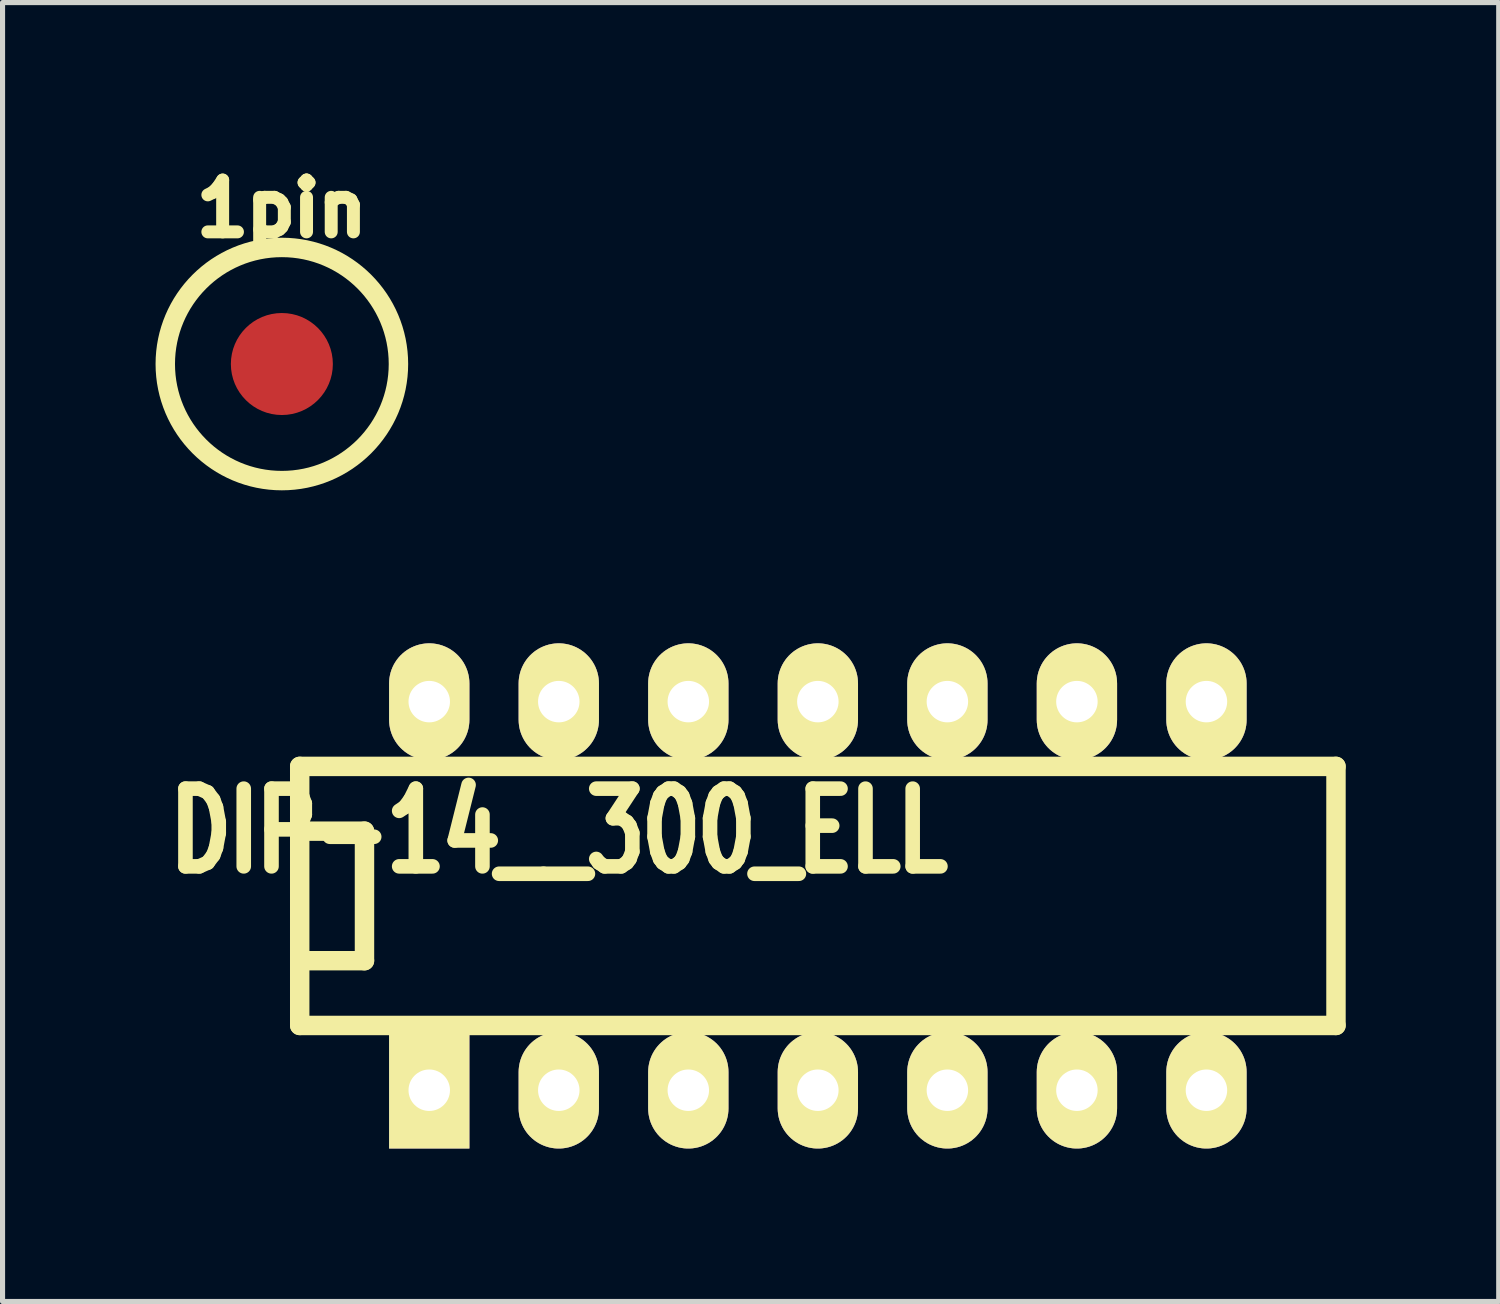
<source format=kicad_pcb>
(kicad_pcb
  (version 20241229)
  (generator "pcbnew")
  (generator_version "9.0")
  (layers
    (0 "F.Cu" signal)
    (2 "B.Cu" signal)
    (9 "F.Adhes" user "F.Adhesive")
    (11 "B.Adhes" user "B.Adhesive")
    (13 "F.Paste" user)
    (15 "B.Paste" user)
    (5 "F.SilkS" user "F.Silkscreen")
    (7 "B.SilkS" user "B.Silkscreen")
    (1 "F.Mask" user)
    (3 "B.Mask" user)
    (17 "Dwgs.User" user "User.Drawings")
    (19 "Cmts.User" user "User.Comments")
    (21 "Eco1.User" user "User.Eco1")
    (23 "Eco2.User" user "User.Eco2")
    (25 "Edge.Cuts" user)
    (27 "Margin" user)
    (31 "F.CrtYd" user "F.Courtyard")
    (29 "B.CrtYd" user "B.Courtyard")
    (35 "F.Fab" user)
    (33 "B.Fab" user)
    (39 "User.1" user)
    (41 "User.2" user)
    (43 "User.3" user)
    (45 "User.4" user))
  (footprint "1pin"
    (layer "F.Cu")
    (at 2.477 4.088)
    (property "Reference" "1pin" (at 0 -3.048 0) (layer "F.SilkS") (effects (font (size 1.016 1.016) (thickness 0.254))))
    (attr through_hole)
    (fp_circle (center 0 0) (end 0 -2.286) (stroke (width 0.381) (type solid)) (fill no) (layer "F.SilkS"))
    (pad "1" smd circle (at 0 0) (size 2 2) (layers "F.Cu" "F.Mask" "F.Paste")))
  (footprint "DIP-14__300_ELL"
    (layer "F.Cu")
    (at 12.987 14.518)
    (property "Reference" "DIP-14__300_ELL" (at -5.08 -1.27 0) (layer "F.SilkS") (effects (font (size 1.524 1.143) (thickness 0.286))))
    (attr through_hole)
    (fp_line (start -10.16 -2.54) (end 10.16 -2.54) (stroke (width 0.381) (type solid)) (layer "F.SilkS"))
    (fp_line (start -10.16 -1.27) (end -8.89 -1.27) (stroke (width 0.381) (type solid)) (layer "F.SilkS"))
    (fp_line (start -10.16 2.54) (end -10.16 -2.54) (stroke (width 0.381) (type solid)) (layer "F.SilkS"))
    (fp_line (start -8.89 -1.27) (end -8.89 1.27) (stroke (width 0.381) (type solid)) (layer "F.SilkS"))
    (fp_line (start -8.89 1.27) (end -10.16 1.27) (stroke (width 0.381) (type solid)) (layer "F.SilkS"))
    (fp_line (start 10.16 -2.54) (end 10.16 2.54) (stroke (width 0.381) (type solid)) (layer "F.SilkS"))
    (fp_line (start 10.16 2.54) (end -10.16 2.54) (stroke (width 0.381) (type solid)) (layer "F.SilkS"))
    (pad "1" thru_hole rect (at -7.62 3.81) (size 1.575 2.286) (drill 0.813) (layers "*.Cu" "*.Mask" "F.SilkS"))
    (pad "2" thru_hole oval (at -5.08 3.81) (size 1.575 2.286) (drill 0.813) (layers "*.Cu" "*.Mask" "F.SilkS"))
    (pad "3" thru_hole oval (at -2.54 3.81) (size 1.575 2.286) (drill 0.813) (layers "*.Cu" "*.Mask" "F.SilkS"))
    (pad "4" thru_hole oval (at 0 3.81) (size 1.575 2.286) (drill 0.813) (layers "*.Cu" "*.Mask" "F.SilkS"))
    (pad "5" thru_hole oval (at 2.54 3.81) (size 1.575 2.286) (drill 0.813) (layers "*.Cu" "*.Mask" "F.SilkS"))
    (pad "6" thru_hole oval (at 5.08 3.81) (size 1.575 2.286) (drill 0.813) (layers "*.Cu" "*.Mask" "F.SilkS"))
    (pad "7" thru_hole oval (at 7.62 3.81) (size 1.575 2.286) (drill 0.813) (layers "*.Cu" "*.Mask" "F.SilkS"))
    (pad "8" thru_hole oval (at 7.62 -3.81) (size 1.575 2.286) (drill 0.813) (layers "*.Cu" "*.Mask" "F.SilkS"))
    (pad "9" thru_hole oval (at 5.08 -3.81) (size 1.575 2.286) (drill 0.813) (layers "*.Cu" "*.Mask" "F.SilkS"))
    (pad "10" thru_hole oval (at 2.54 -3.81) (size 1.575 2.286) (drill 0.813) (layers "*.Cu" "*.Mask" "F.SilkS"))
    (pad "11" thru_hole oval (at 0 -3.81) (size 1.575 2.286) (drill 0.813) (layers "*.Cu" "*.Mask" "F.SilkS"))
    (pad "12" thru_hole oval (at -2.54 -3.81) (size 1.575 2.286) (drill 0.813) (layers "*.Cu" "*.Mask" "F.SilkS"))
    (pad "13" thru_hole oval (at -5.08 -3.81) (size 1.575 2.286) (drill 0.813) (layers "*.Cu" "*.Mask" "F.SilkS"))
    (pad "14" thru_hole oval (at -7.62 -3.81) (size 1.575 2.286) (drill 0.813) (layers "*.Cu" "*.Mask" "F.SilkS")))
  (gr_rect
    (start -3 -3)
    (end 26.338 22.471)
    (stroke (width 0.1) (type default))
    (fill no)
    (layer "Edge.Cuts")))
</source>
